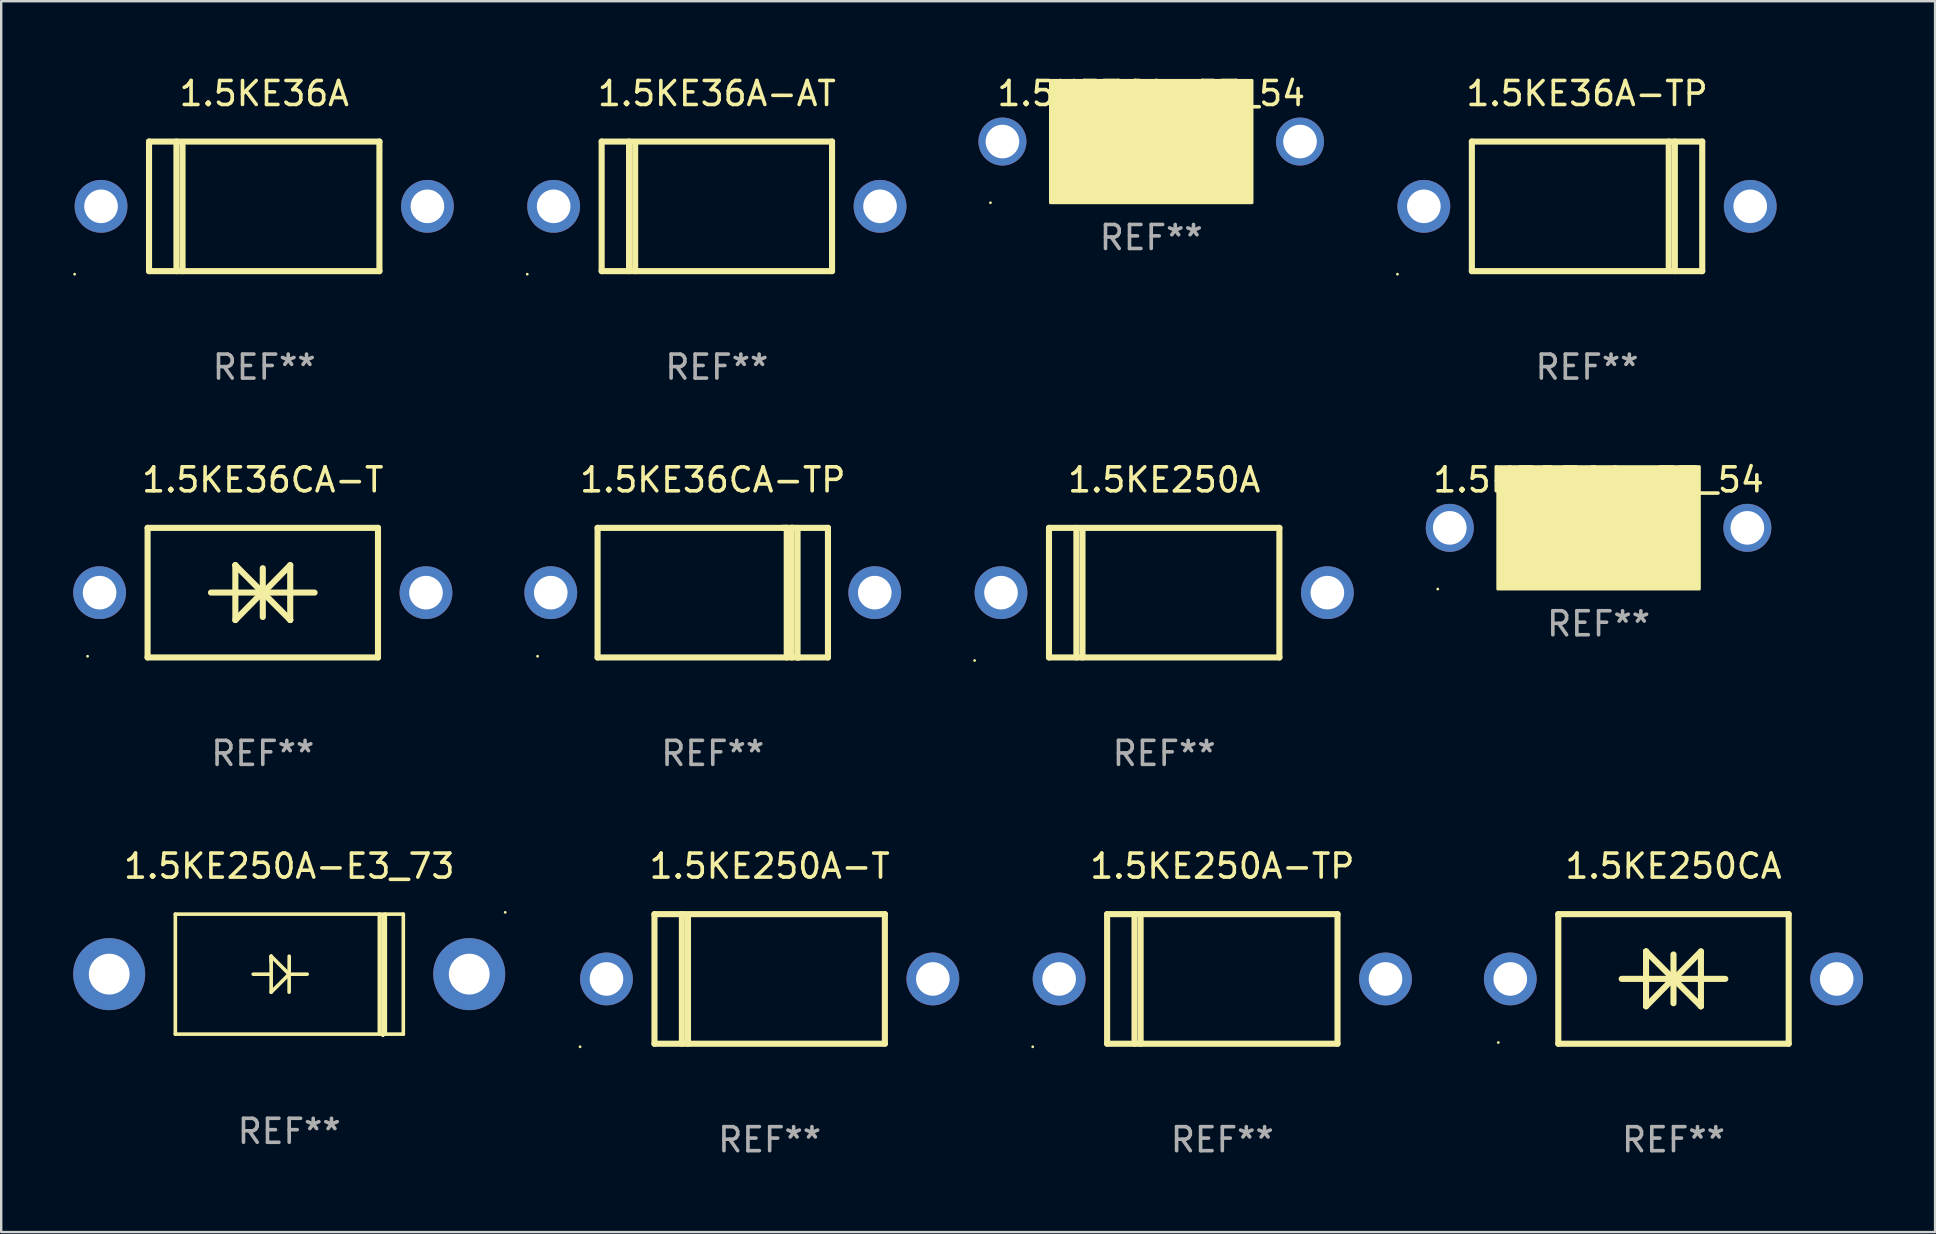
<source format=kicad_pcb>
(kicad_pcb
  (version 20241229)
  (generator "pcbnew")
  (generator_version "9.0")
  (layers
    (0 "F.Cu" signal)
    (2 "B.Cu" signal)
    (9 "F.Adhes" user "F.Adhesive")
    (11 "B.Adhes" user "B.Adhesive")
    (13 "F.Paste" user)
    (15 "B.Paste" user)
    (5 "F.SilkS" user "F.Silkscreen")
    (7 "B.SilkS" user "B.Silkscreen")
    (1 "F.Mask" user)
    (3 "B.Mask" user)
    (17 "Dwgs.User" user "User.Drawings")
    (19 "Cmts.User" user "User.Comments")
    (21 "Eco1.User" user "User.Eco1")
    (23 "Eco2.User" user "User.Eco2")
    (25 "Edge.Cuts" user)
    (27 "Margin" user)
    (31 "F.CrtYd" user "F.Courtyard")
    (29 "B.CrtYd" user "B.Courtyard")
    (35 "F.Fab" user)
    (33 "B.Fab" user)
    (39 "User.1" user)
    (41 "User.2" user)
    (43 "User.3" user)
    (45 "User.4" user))
  (footprint "1.5KE36A-AT"
    (layer "F.Cu")
    (at 26.82 5.548)
    (property "Reference" "1.5KE36A-AT" (at 0 -4.7 0) (layer "F.SilkS") (effects (font (size 1 1) (thickness 0.15))))
    (attr through_hole)
    (fp_line (start -4.8 -2.7) (end 4.8 -2.7) (stroke (width 0.254) (type solid)) (layer "F.SilkS"))
    (fp_line (start -4.8 2.7) (end -4.8 -2.7) (stroke (width 0.254) (type solid)) (layer "F.SilkS"))
    (fp_line (start -3.658 2.7) (end -3.658 -2.7) (stroke (width 0.254) (type solid)) (layer "F.SilkS"))
    (fp_line (start -3.404 2.7) (end -3.404 -2.54) (stroke (width 0.254) (type solid)) (layer "F.SilkS"))
    (fp_line (start 4.8 2.7) (end -4.8 2.7) (stroke (width 0.254) (type solid)) (layer "F.SilkS"))
    (fp_line (start 4.8 2.7) (end 4.8 -2.7) (stroke (width 0.254) (type solid)) (layer "F.SilkS"))
    (fp_circle (center -7.9 2.827) (end -7.87 2.827) (stroke (width 0.06) (type solid)) (fill no) (layer "F.SilkS"))
    (fp_text user "REF**" (at 0 6.7 0) (layer "F.Fab") (effects (font (size 1 1) (thickness 0.15))))
    (pad "1" thru_hole circle (at -6.8 0) (size 2.2 2.2) (drill 1.4) (layers "*.Cu" "*.Mask"))
    (pad "2" thru_hole circle (at 6.8 0) (size 2.2 2.2) (drill 1.4) (layers "*.Cu" "*.Mask")))
  (footprint "1.5KE250A"
    (layer "F.Cu")
    (at 45.46 21.645)
    (property "Reference" "1.5KE250A" (at 0 -4.7 0) (layer "F.SilkS") (effects (font (size 1 1) (thickness 0.15))))
    (attr through_hole)
    (fp_line (start -4.8 -2.7) (end 4.8 -2.7) (stroke (width 0.254) (type solid)) (layer "F.SilkS"))
    (fp_line (start -4.8 2.7) (end -4.8 -2.7) (stroke (width 0.254) (type solid)) (layer "F.SilkS"))
    (fp_line (start -3.658 2.7) (end -3.658 -2.7) (stroke (width 0.254) (type solid)) (layer "F.SilkS"))
    (fp_line (start -3.404 2.7) (end -3.404 -2.54) (stroke (width 0.254) (type solid)) (layer "F.SilkS"))
    (fp_line (start 4.8 2.7) (end -4.8 2.7) (stroke (width 0.254) (type solid)) (layer "F.SilkS"))
    (fp_line (start 4.8 2.7) (end 4.8 -2.7) (stroke (width 0.254) (type solid)) (layer "F.SilkS"))
    (fp_circle (center -7.9 2.827) (end -7.87 2.827) (stroke (width 0.06) (type solid)) (fill no) (layer "F.SilkS"))
    (fp_text user "REF**" (at 0 6.7 0) (layer "F.Fab") (effects (font (size 1 1) (thickness 0.15))))
    (pad "1" thru_hole circle (at -6.8 0) (size 2.2 2.2) (drill 1.4) (layers "*.Cu" "*.Mask"))
    (pad "2" thru_hole circle (at 6.8 0) (size 2.2 2.2) (drill 1.4) (layers "*.Cu" "*.Mask")))
  (footprint "1.5KE250A-E3_54"
    (layer "F.Cu")
    (at 63.56 18.945)
    (property "Reference" "1.5KE250A-E3_54" (at 0 -2 0) (layer "F.SilkS") (effects (font (size 1 1) (thickness 0.15))))
    (attr through_hole)
    (fp_circle (center -6.7 2.55) (end -6.67 2.55) (stroke (width 0.06) (type solid)) (fill no) (layer "F.SilkS"))
    (fp_poly (pts (xy -4.2 -2.55) (xy 4.2 -2.55) (xy 4.2 2.55) (xy -4.2 2.55)) (stroke (width 0.12) (type solid)) (fill yes) (layer "F.SilkS"))
    (fp_text user "REF**" (at 0 4 0) (layer "F.Fab") (effects (font (size 1 1) (thickness 0.15))))
    (pad "1" thru_hole circle (at -6.2 0) (size 2 2) (drill 1.4) (layers "*.Cu" "*.Mask"))
    (pad "2" thru_hole circle (at 6.2 0) (size 2 2) (drill 1.4) (layers "*.Cu" "*.Mask")))
  (footprint "1.5KE250A-E3_73"
    (layer "F.Cu")
    (at 9.001 37.566)
    (property "Reference" "1.5KE250A-E3_73" (at 0 -4.525 0) (layer "F.SilkS") (effects (font (size 1 1) (thickness 0.15))))
    (attr through_hole)
    (fp_line (start -4.745 -2.525) (end 4.755 -2.525) (stroke (width 0.15) (type solid)) (layer "F.SilkS"))
    (fp_line (start -4.745 2.475) (end -4.745 -2.525) (stroke (width 0.15) (type solid)) (layer "F.SilkS"))
    (fp_line (start -0.752 -0.772) (end -0.752 -0.523) (stroke (width 0.15) (type solid)) (layer "F.SilkS"))
    (fp_line (start -0.752 -0.772) (end -0.752 0.727) (stroke (width 0.15) (type solid)) (layer "F.SilkS"))
    (fp_line (start -0.752 -0.023) (end -1.501 -0.023) (stroke (width 0.15) (type solid)) (layer "F.SilkS"))
    (fp_line (start -0.752 0.727) (end -0.003 -0.023) (stroke (width 0.15) (type solid)) (layer "F.SilkS"))
    (fp_line (start -0.003 -0.023) (end -0.752 -0.772) (stroke (width 0.15) (type solid)) (layer "F.SilkS"))
    (fp_line (start -0.003 -0.023) (end 0.749 -0.023) (stroke (width 0.15) (type solid)) (layer "F.SilkS"))
    (fp_line (start 0 -0.772) (end -0.003 0.727) (stroke (width 0.15) (type solid)) (layer "F.SilkS"))
    (fp_line (start 3.755 -2.525) (end 3.755 2.475) (stroke (width 0.15) (type solid)) (layer "F.SilkS"))
    (fp_line (start 3.904 -2.476) (end 3.904 2.525) (stroke (width 0.15) (type solid)) (layer "F.SilkS"))
    (fp_line (start 4.005 -2.525) (end 4.005 2.475) (stroke (width 0.15) (type solid)) (layer "F.SilkS"))
    (fp_line (start 4.755 -2.525) (end 4.755 2.475) (stroke (width 0.15) (type solid)) (layer "F.SilkS"))
    (fp_line (start 4.755 2.475) (end -4.745 2.475) (stroke (width 0.15) (type solid)) (layer "F.SilkS"))
    (fp_circle (center 9.001 -2.6) (end 9.031 -2.6) (stroke (width 0.06) (type solid)) (fill no) (layer "F.SilkS"))
    (fp_text user "REF**" (at 0 6.525 0) (layer "F.Fab") (effects (font (size 1 1) (thickness 0.15))))
    (pad "1" thru_hole circle (at 7.501 -0.025) (size 3 3) (drill 1.7) (layers "*.Cu" "*.Mask"))
    (pad "2" thru_hole circle (at -7.501 -0.025) (size 3 3) (drill 1.7) (layers "*.Cu" "*.Mask")))
  (footprint "1.5KE36A-E3_54"
    (layer "F.Cu")
    (at 44.92 2.848)
    (property "Reference" "1.5KE36A-E3_54" (at 0 -2 0) (layer "F.SilkS") (effects (font (size 1 1) (thickness 0.15))))
    (attr through_hole)
    (fp_circle (center -6.7 2.55) (end -6.67 2.55) (stroke (width 0.06) (type solid)) (fill no) (layer "F.SilkS"))
    (fp_poly (pts (xy -4.2 -2.55) (xy 4.2 -2.55) (xy 4.2 2.55) (xy -4.2 2.55)) (stroke (width 0.12) (type solid)) (fill yes) (layer "F.SilkS"))
    (fp_text user "REF**" (at 0 4 0) (layer "F.Fab") (effects (font (size 1 1) (thickness 0.15))))
    (pad "1" thru_hole circle (at -6.2 0) (size 2 2) (drill 1.4) (layers "*.Cu" "*.Mask"))
    (pad "2" thru_hole circle (at 6.2 0) (size 2 2) (drill 1.4) (layers "*.Cu" "*.Mask")))
  (footprint "1.5KE36CA-T"
    (layer "F.Cu")
    (at 7.9 21.645)
    (property "Reference" "1.5KE36CA-T" (at 0 -4.7 0) (layer "F.SilkS") (effects (font (size 1 1) (thickness 0.15))))
    (attr through_hole)
    (fp_line (start -4.8 -2.7) (end -4.8 2.7) (stroke (width 0.254) (type solid)) (layer "F.SilkS"))
    (fp_line (start -4.8 -2.7) (end 4.8 -2.7) (stroke (width 0.254) (type solid)) (layer "F.SilkS"))
    (fp_line (start -2.159 -0.003) (end 2.159 -0.003) (stroke (width 0.254) (type solid)) (layer "F.SilkS"))
    (fp_line (start -1.143 -1.146) (end -1.143 1.14) (stroke (width 0.254) (type solid)) (layer "F.SilkS"))
    (fp_line (start -1.143 -1.143) (end -1.143 -1.146) (stroke (width 0.254) (type solid)) (layer "F.SilkS"))
    (fp_line (start 0 -1.019) (end 0 1.013) (stroke (width 0.254) (type solid)) (layer "F.SilkS"))
    (fp_line (start 0 -0.026) (end -1.143 1.14) (stroke (width 0.254) (type solid)) (layer "F.SilkS"))
    (fp_line (start 0 -0.006) (end 1.143 1.137) (stroke (width 0.254) (type solid)) (layer "F.SilkS"))
    (fp_line (start 0 0) (end -1.143 -1.143) (stroke (width 0.254) (type solid)) (layer "F.SilkS"))
    (fp_line (start 0 0.02) (end 1.143 -1.146) (stroke (width 0.254) (type solid)) (layer "F.SilkS"))
    (fp_line (start 1.143 1.137) (end 1.143 1.14) (stroke (width 0.254) (type solid)) (layer "F.SilkS"))
    (fp_line (start 1.143 1.14) (end 1.143 -1.146) (stroke (width 0.254) (type solid)) (layer "F.SilkS"))
    (fp_line (start 4.8 -2.7) (end 4.8 2.7) (stroke (width 0.254) (type solid)) (layer "F.SilkS"))
    (fp_line (start 4.8 2.7) (end -4.8 2.7) (stroke (width 0.254) (type solid)) (layer "F.SilkS"))
    (fp_circle (center -7.3 2.65) (end -7.27 2.65) (stroke (width 0.06) (type solid)) (fill no) (layer "F.SilkS"))
    (fp_text user "REF**" (at 0 6.7 0) (layer "F.Fab") (effects (font (size 1 1) (thickness 0.15))))
    (pad "1" thru_hole circle (at -6.8 0) (size 2.2 2.2) (drill 1.4) (layers "*.Cu" "*.Mask"))
    (pad "2" thru_hole circle (at 6.8 0) (size 2.2 2.2) (drill 1.4) (layers "*.Cu" "*.Mask")))
  (footprint "1.5KE36A"
    (layer "F.Cu")
    (at 7.96 5.548)
    (property "Reference" "1.5KE36A" (at 0 -4.7 0) (layer "F.SilkS") (effects (font (size 1 1) (thickness 0.15))))
    (attr through_hole)
    (fp_line (start -4.8 -2.7) (end 4.8 -2.7) (stroke (width 0.254) (type solid)) (layer "F.SilkS"))
    (fp_line (start -4.8 2.7) (end -4.8 -2.7) (stroke (width 0.254) (type solid)) (layer "F.SilkS"))
    (fp_line (start -3.658 2.7) (end -3.658 -2.7) (stroke (width 0.254) (type solid)) (layer "F.SilkS"))
    (fp_line (start -3.404 2.7) (end -3.404 -2.54) (stroke (width 0.254) (type solid)) (layer "F.SilkS"))
    (fp_line (start 4.8 2.7) (end -4.8 2.7) (stroke (width 0.254) (type solid)) (layer "F.SilkS"))
    (fp_line (start 4.8 2.7) (end 4.8 -2.7) (stroke (width 0.254) (type solid)) (layer "F.SilkS"))
    (fp_circle (center -7.9 2.827) (end -7.87 2.827) (stroke (width 0.06) (type solid)) (fill no) (layer "F.SilkS"))
    (fp_text user "REF**" (at 0 6.7 0) (layer "F.Fab") (effects (font (size 1 1) (thickness 0.15))))
    (pad "1" thru_hole circle (at -6.8 0) (size 2.2 2.2) (drill 1.4) (layers "*.Cu" "*.Mask"))
    (pad "2" thru_hole circle (at 6.8 0) (size 2.2 2.2) (drill 1.4) (layers "*.Cu" "*.Mask")))
  (footprint "1.5KE250A-T"
    (layer "F.Cu")
    (at 29.021 37.741)
    (property "Reference" "1.5KE250A-T" (at 0 -4.7 0) (layer "F.SilkS") (effects (font (size 1 1) (thickness 0.15))))
    (attr through_hole)
    (fp_line (start -4.8 -2.7) (end 4.8 -2.7) (stroke (width 0.254) (type solid)) (layer "F.SilkS"))
    (fp_line (start -4.8 2.7) (end -4.8 -2.7) (stroke (width 0.254) (type solid)) (layer "F.SilkS"))
    (fp_line (start -3.658 2.7) (end -3.658 -2.7) (stroke (width 0.254) (type solid)) (layer "F.SilkS"))
    (fp_line (start -3.404 2.7) (end -3.404 -2.54) (stroke (width 0.254) (type solid)) (layer "F.SilkS"))
    (fp_line (start 4.8 2.7) (end -4.8 2.7) (stroke (width 0.254) (type solid)) (layer "F.SilkS"))
    (fp_line (start 4.8 2.7) (end 4.8 -2.7) (stroke (width 0.254) (type solid)) (layer "F.SilkS"))
    (fp_circle (center -7.9 2.827) (end -7.87 2.827) (stroke (width 0.06) (type solid)) (fill no) (layer "F.SilkS"))
    (fp_text user "REF**" (at 0 6.7 0) (layer "F.Fab") (effects (font (size 1 1) (thickness 0.15))))
    (pad "1" thru_hole circle (at -6.8 0) (size 2.2 2.2) (drill 1.4) (layers "*.Cu" "*.Mask"))
    (pad "2" thru_hole circle (at 6.8 0) (size 2.2 2.2) (drill 1.4) (layers "*.Cu" "*.Mask")))
  (footprint "1.5KE36CA-TP"
    (layer "F.Cu")
    (at 26.65 21.645)
    (property "Reference" "1.5KE36CA-TP" (at 0 -4.7 0) (layer "F.SilkS") (effects (font (size 1 1) (thickness 0.15))))
    (attr through_hole)
    (fp_line (start -4.8 -2.7) (end -4.8 2.7) (stroke (width 0.254) (type solid)) (layer "F.SilkS"))
    (fp_line (start -4.8 -2.7) (end 4.8 -2.7) (stroke (width 0.254) (type solid)) (layer "F.SilkS"))
    (fp_line (start 2.912 -2.7) (end 3.082 -2.7) (stroke (width 0.254) (type solid)) (layer "F.SilkS"))
    (fp_line (start 3.082 -2.7) (end 3.082 2.7) (stroke (width 0.254) (type solid)) (layer "F.SilkS"))
    (fp_line (start 3.289 -2.7) (end 3.289 2.7) (stroke (width 0.254) (type solid)) (layer "F.SilkS"))
    (fp_line (start 3.381 -2.7) (end 3.289 -2.7) (stroke (width 0.254) (type solid)) (layer "F.SilkS"))
    (fp_line (start 3.533 2.7) (end 3.533 -2.7) (stroke (width 0.254) (type solid)) (layer "F.SilkS"))
    (fp_line (start 3.599 2.7) (end 3.533 2.7) (stroke (width 0.254) (type solid)) (layer "F.SilkS"))
    (fp_line (start 4.8 -2.7) (end 4.8 2.7) (stroke (width 0.254) (type solid)) (layer "F.SilkS"))
    (fp_line (start 4.8 2.7) (end -4.8 2.7) (stroke (width 0.254) (type solid)) (layer "F.SilkS"))
    (fp_circle (center -7.3 2.65) (end -7.27 2.65) (stroke (width 0.06) (type solid)) (fill no) (layer "F.SilkS"))
    (fp_text user "REF**" (at 0 6.7 0) (layer "F.Fab") (effects (font (size 1 1) (thickness 0.15))))
    (pad "1" thru_hole circle (at -6.75 0) (size 2.2 2.2) (drill 1.4) (layers "*.Cu" "*.Mask"))
    (pad "2" thru_hole circle (at 6.75 0) (size 2.2 2.2) (drill 1.4) (layers "*.Cu" "*.Mask")))
  (footprint "1.5KE250A-TP"
    (layer "F.Cu")
    (at 47.882 37.741)
    (property "Reference" "1.5KE250A-TP" (at 0 -4.7 0) (layer "F.SilkS") (effects (font (size 1 1) (thickness 0.15))))
    (attr through_hole)
    (fp_line (start -4.8 -2.7) (end 4.8 -2.7) (stroke (width 0.254) (type solid)) (layer "F.SilkS"))
    (fp_line (start -4.8 2.7) (end -4.8 -2.7) (stroke (width 0.254) (type solid)) (layer "F.SilkS"))
    (fp_line (start -3.658 2.7) (end -3.658 -2.7) (stroke (width 0.254) (type solid)) (layer "F.SilkS"))
    (fp_line (start -3.404 2.7) (end -3.404 -2.54) (stroke (width 0.254) (type solid)) (layer "F.SilkS"))
    (fp_line (start 4.8 2.7) (end -4.8 2.7) (stroke (width 0.254) (type solid)) (layer "F.SilkS"))
    (fp_line (start 4.8 2.7) (end 4.8 -2.7) (stroke (width 0.254) (type solid)) (layer "F.SilkS"))
    (fp_circle (center -7.9 2.827) (end -7.87 2.827) (stroke (width 0.06) (type solid)) (fill no) (layer "F.SilkS"))
    (fp_text user "REF**" (at 0 6.7 0) (layer "F.Fab") (effects (font (size 1 1) (thickness 0.15))))
    (pad "1" thru_hole circle (at -6.8 0) (size 2.2 2.2) (drill 1.4) (layers "*.Cu" "*.Mask"))
    (pad "2" thru_hole circle (at 6.8 0) (size 2.2 2.2) (drill 1.4) (layers "*.Cu" "*.Mask")))
  (footprint "1.5KE36A-TP"
    (layer "F.Cu")
    (at 63.08 5.548)
    (property "Reference" "1.5KE36A-TP" (at 0 -4.7 0) (layer "F.SilkS") (effects (font (size 1 1) (thickness 0.15))))
    (attr through_hole)
    (fp_line (start -4.8 -2.7) (end -4.8 2.7) (stroke (width 0.254) (type solid)) (layer "F.SilkS"))
    (fp_line (start -4.8 -2.7) (end 4.8 -2.7) (stroke (width 0.254) (type solid)) (layer "F.SilkS"))
    (fp_line (start 3.404 -2.7) (end 3.404 2.54) (stroke (width 0.254) (type solid)) (layer "F.SilkS"))
    (fp_line (start 3.658 -2.7) (end 3.658 2.7) (stroke (width 0.254) (type solid)) (layer "F.SilkS"))
    (fp_line (start 4.8 -2.7) (end 4.8 2.7) (stroke (width 0.254) (type solid)) (layer "F.SilkS"))
    (fp_line (start 4.8 2.7) (end -4.8 2.7) (stroke (width 0.254) (type solid)) (layer "F.SilkS"))
    (fp_circle (center -7.9 2.827) (end -7.87 2.827) (stroke (width 0.06) (type solid)) (fill no) (layer "F.SilkS"))
    (fp_text user "REF**" (at 0 6.7 0) (layer "F.Fab") (effects (font (size 1 1) (thickness 0.15))))
    (pad "1" thru_hole circle (at -6.8 0) (size 2.2 2.2) (drill 1.4) (layers "*.Cu" "*.Mask"))
    (pad "2" thru_hole circle (at 6.8 0) (size 2.2 2.2) (drill 1.4) (layers "*.Cu" "*.Mask")))
  (footprint "1.5KE250CA"
    (layer "F.Cu")
    (at 66.682 37.741)
    (property "Reference" "1.5KE250CA" (at 0 -4.7 0) (layer "F.SilkS") (effects (font (size 1 1) (thickness 0.15))))
    (attr through_hole)
    (fp_line (start -4.8 -2.7) (end -4.8 2.7) (stroke (width 0.254) (type solid)) (layer "F.SilkS"))
    (fp_line (start -4.8 -2.7) (end 4.8 -2.7) (stroke (width 0.254) (type solid)) (layer "F.SilkS"))
    (fp_line (start -2.159 -0.003) (end 2.159 -0.003) (stroke (width 0.254) (type solid)) (layer "F.SilkS"))
    (fp_line (start -1.143 -1.146) (end -1.143 1.14) (stroke (width 0.254) (type solid)) (layer "F.SilkS"))
    (fp_line (start -1.143 -1.143) (end -1.143 -1.146) (stroke (width 0.254) (type solid)) (layer "F.SilkS"))
    (fp_line (start 0 -1.019) (end 0 1.013) (stroke (width 0.254) (type solid)) (layer "F.SilkS"))
    (fp_line (start 0 -0.026) (end -1.143 1.14) (stroke (width 0.254) (type solid)) (layer "F.SilkS"))
    (fp_line (start 0 -0.006) (end 1.143 1.137) (stroke (width 0.254) (type solid)) (layer "F.SilkS"))
    (fp_line (start 0 0) (end -1.143 -1.143) (stroke (width 0.254) (type solid)) (layer "F.SilkS"))
    (fp_line (start 0 0.02) (end 1.143 -1.146) (stroke (width 0.254) (type solid)) (layer "F.SilkS"))
    (fp_line (start 1.143 1.137) (end 1.143 1.14) (stroke (width 0.254) (type solid)) (layer "F.SilkS"))
    (fp_line (start 1.143 1.14) (end 1.143 -1.146) (stroke (width 0.254) (type solid)) (layer "F.SilkS"))
    (fp_line (start 4.8 -2.7) (end 4.8 2.7) (stroke (width 0.254) (type solid)) (layer "F.SilkS"))
    (fp_line (start 4.8 2.7) (end -4.8 2.7) (stroke (width 0.254) (type solid)) (layer "F.SilkS"))
    (fp_circle (center -7.3 2.65) (end -7.27 2.65) (stroke (width 0.06) (type solid)) (fill no) (layer "F.SilkS"))
    (fp_text user "REF**" (at 0 6.7 0) (layer "F.Fab") (effects (font (size 1 1) (thickness 0.15))))
    (pad "1" thru_hole circle (at -6.8 0) (size 2.2 2.2) (drill 1.4) (layers "*.Cu" "*.Mask"))
    (pad "2" thru_hole circle (at 6.8 0) (size 2.2 2.2) (drill 1.4) (layers "*.Cu" "*.Mask")))
  (gr_rect
    (start -3 -3)
    (end 77.582 48.289)
    (stroke (width 0.1) (type default))
    (fill no)
    (layer "Edge.Cuts")))
</source>
